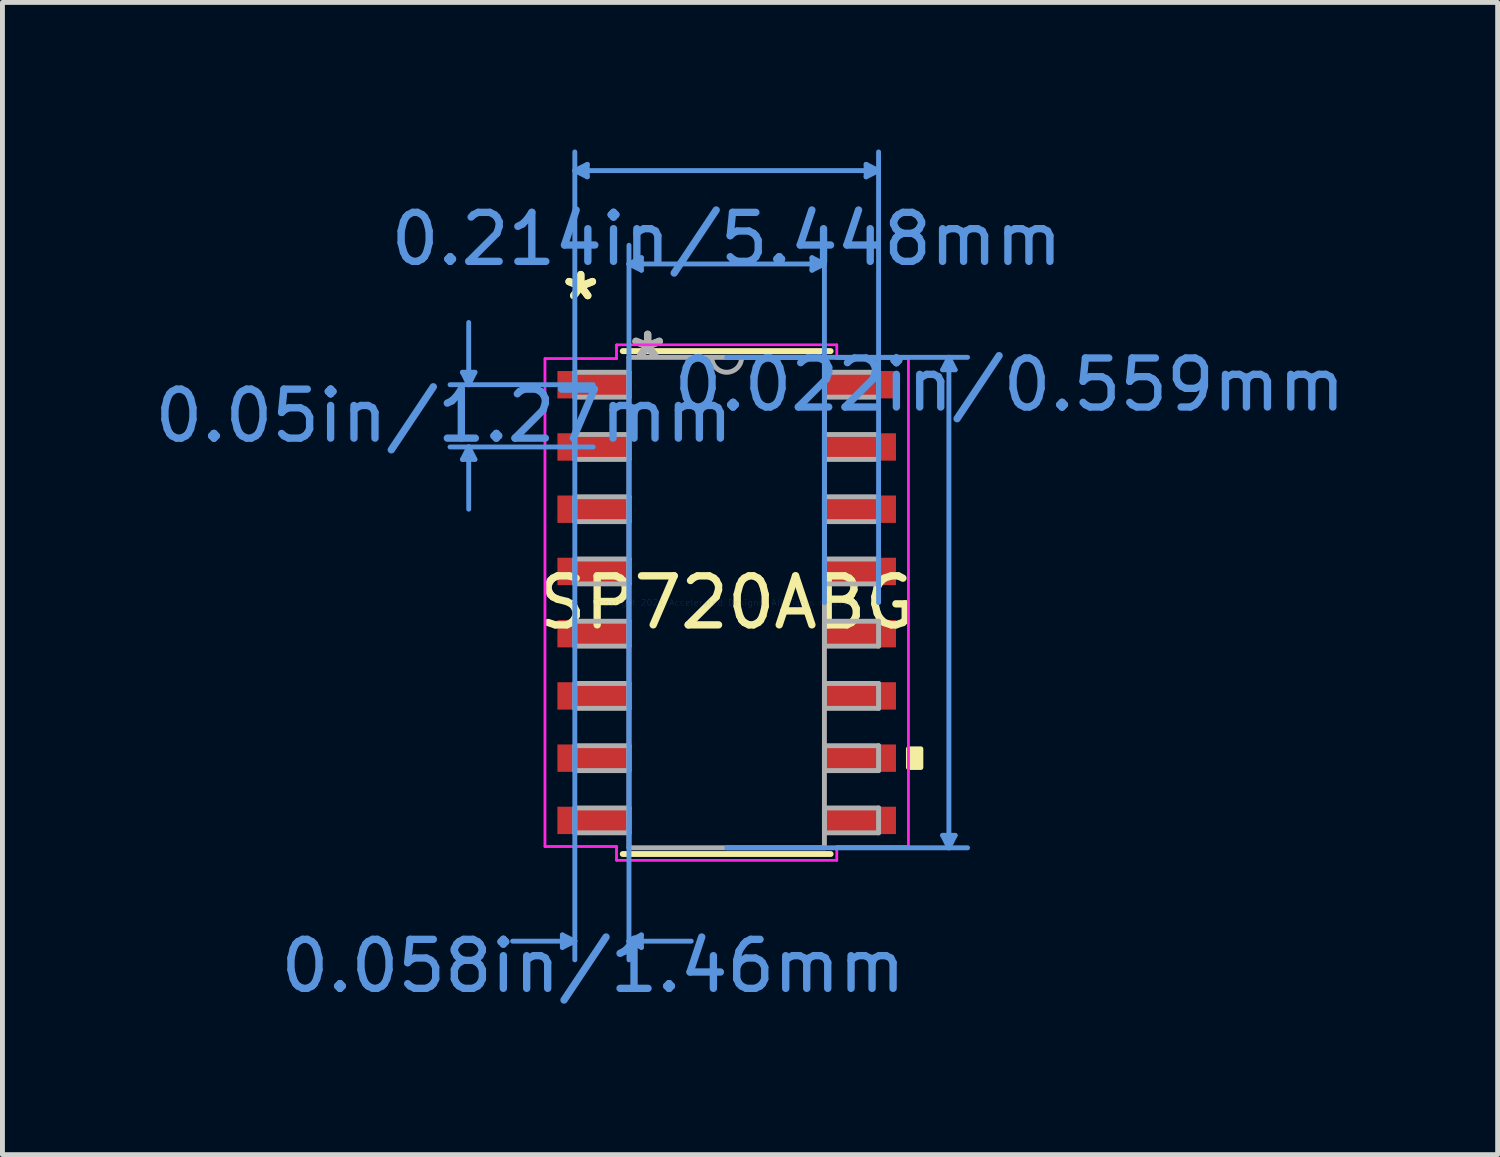
<source format=kicad_pcb>
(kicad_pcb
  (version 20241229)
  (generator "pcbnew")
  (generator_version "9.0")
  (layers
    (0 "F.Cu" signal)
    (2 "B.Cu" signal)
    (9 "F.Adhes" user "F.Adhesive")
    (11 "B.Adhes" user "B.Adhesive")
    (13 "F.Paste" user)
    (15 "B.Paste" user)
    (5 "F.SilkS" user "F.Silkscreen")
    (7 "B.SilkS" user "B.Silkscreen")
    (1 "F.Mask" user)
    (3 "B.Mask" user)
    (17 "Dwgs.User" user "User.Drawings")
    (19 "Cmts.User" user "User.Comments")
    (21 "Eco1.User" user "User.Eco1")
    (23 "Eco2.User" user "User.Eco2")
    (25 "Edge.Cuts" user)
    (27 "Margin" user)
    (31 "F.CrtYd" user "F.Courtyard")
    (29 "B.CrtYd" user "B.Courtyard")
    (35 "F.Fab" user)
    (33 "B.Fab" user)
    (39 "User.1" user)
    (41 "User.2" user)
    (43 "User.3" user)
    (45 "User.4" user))
  (footprint "SP720ABG"
    (layer "F.Cu")
    (at 11.778 9.245)
    (property "Reference" "SP720ABG" (at 0 0 0) (layer "F.SilkS") (effects (font (size 1 1) (thickness 0.15))))
    (attr through_hole)
    (fp_line (start -2.121 5.131) (end 2.121 5.131) (stroke (width 0.12) (type solid)) (layer "F.SilkS"))
    (fp_line (start 2.121 -5.131) (end -2.121 -5.131) (stroke (width 0.12) (type solid)) (layer "F.SilkS"))
    (fp_poly (pts (xy 3.962 2.985) (xy 3.962 3.365) (xy 3.708 3.365) (xy 3.708 2.985)) (stroke (width 0.1) (type solid)) (fill yes) (layer "F.SilkS"))
    (fp_line (start -5.391 -4.699) (end -5.137 -4.699) (stroke (width 0.1) (type solid)) (layer "Cmts.User"))
    (fp_line (start -5.391 -2.921) (end -5.137 -2.921) (stroke (width 0.1) (type solid)) (layer "Cmts.User"))
    (fp_line (start -5.264 -4.445) (end -5.391 -4.699) (stroke (width 0.1) (type solid)) (layer "Cmts.User"))
    (fp_line (start -5.264 -4.445) (end -5.264 -5.715) (stroke (width 0.1) (type solid)) (layer "Cmts.User"))
    (fp_line (start -5.264 -4.445) (end -5.137 -4.699) (stroke (width 0.1) (type solid)) (layer "Cmts.User"))
    (fp_line (start -5.264 -3.175) (end -5.391 -2.921) (stroke (width 0.1) (type solid)) (layer "Cmts.User"))
    (fp_line (start -5.264 -3.175) (end -5.264 -1.905) (stroke (width 0.1) (type solid)) (layer "Cmts.User"))
    (fp_line (start -5.264 -3.175) (end -5.137 -2.921) (stroke (width 0.1) (type solid)) (layer "Cmts.User"))
    (fp_line (start -3.353 6.782) (end -3.353 7.036) (stroke (width 0.1) (type solid)) (layer "Cmts.User"))
    (fp_line (start -3.099 -8.814) (end -2.845 -8.941) (stroke (width 0.1) (type solid)) (layer "Cmts.User"))
    (fp_line (start -3.099 -8.814) (end -2.845 -8.687) (stroke (width 0.1) (type solid)) (layer "Cmts.User"))
    (fp_line (start -3.099 -8.814) (end 3.099 -8.814) (stroke (width 0.1) (type solid)) (layer "Cmts.User"))
    (fp_line (start -3.099 0) (end -3.099 -9.195) (stroke (width 0.1) (type solid)) (layer "Cmts.User"))
    (fp_line (start -3.099 0) (end -3.099 7.29) (stroke (width 0.1) (type solid)) (layer "Cmts.User"))
    (fp_line (start -3.099 6.909) (end -4.369 6.909) (stroke (width 0.1) (type solid)) (layer "Cmts.User"))
    (fp_line (start -3.099 6.909) (end -3.353 6.782) (stroke (width 0.1) (type solid)) (layer "Cmts.User"))
    (fp_line (start -3.099 6.909) (end -3.353 7.036) (stroke (width 0.1) (type solid)) (layer "Cmts.User"))
    (fp_line (start -2.845 -8.941) (end -2.845 -8.687) (stroke (width 0.1) (type solid)) (layer "Cmts.User"))
    (fp_line (start -2.724 -4.445) (end -5.645 -4.445) (stroke (width 0.1) (type solid)) (layer "Cmts.User"))
    (fp_line (start -2.724 -3.175) (end -5.645 -3.175) (stroke (width 0.1) (type solid)) (layer "Cmts.User"))
    (fp_line (start -1.994 -6.909) (end -1.74 -7.036) (stroke (width 0.1) (type solid)) (layer "Cmts.User"))
    (fp_line (start -1.994 -6.909) (end -1.74 -6.782) (stroke (width 0.1) (type solid)) (layer "Cmts.User"))
    (fp_line (start -1.994 -6.909) (end 1.994 -6.909) (stroke (width 0.1) (type solid)) (layer "Cmts.User"))
    (fp_line (start -1.994 0) (end -1.994 -7.29) (stroke (width 0.1) (type solid)) (layer "Cmts.User"))
    (fp_line (start -1.994 0) (end -1.994 7.29) (stroke (width 0.1) (type solid)) (layer "Cmts.User"))
    (fp_line (start -1.994 6.909) (end -1.74 6.782) (stroke (width 0.1) (type solid)) (layer "Cmts.User"))
    (fp_line (start -1.994 6.909) (end -1.74 7.036) (stroke (width 0.1) (type solid)) (layer "Cmts.User"))
    (fp_line (start -1.994 6.909) (end -0.724 6.909) (stroke (width 0.1) (type solid)) (layer "Cmts.User"))
    (fp_line (start -1.74 -7.036) (end -1.74 -6.782) (stroke (width 0.1) (type solid)) (layer "Cmts.User"))
    (fp_line (start -1.74 6.782) (end -1.74 7.036) (stroke (width 0.1) (type solid)) (layer "Cmts.User"))
    (fp_line (start 0 -5.004) (end 4.915 -5.004) (stroke (width 0.1) (type solid)) (layer "Cmts.User"))
    (fp_line (start 0 5.004) (end 4.915 5.004) (stroke (width 0.1) (type solid)) (layer "Cmts.User"))
    (fp_line (start 1.74 -7.036) (end 1.74 -6.782) (stroke (width 0.1) (type solid)) (layer "Cmts.User"))
    (fp_line (start 1.994 -6.909) (end 1.74 -7.036) (stroke (width 0.1) (type solid)) (layer "Cmts.User"))
    (fp_line (start 1.994 -6.909) (end 1.74 -6.782) (stroke (width 0.1) (type solid)) (layer "Cmts.User"))
    (fp_line (start 1.994 0) (end 1.994 -7.29) (stroke (width 0.1) (type solid)) (layer "Cmts.User"))
    (fp_line (start 2.845 -8.941) (end 2.845 -8.687) (stroke (width 0.1) (type solid)) (layer "Cmts.User"))
    (fp_line (start 3.099 -8.814) (end 2.845 -8.941) (stroke (width 0.1) (type solid)) (layer "Cmts.User"))
    (fp_line (start 3.099 -8.814) (end 2.845 -8.687) (stroke (width 0.1) (type solid)) (layer "Cmts.User"))
    (fp_line (start 3.099 0) (end 3.099 -9.195) (stroke (width 0.1) (type solid)) (layer "Cmts.User"))
    (fp_line (start 4.407 -4.75) (end 4.661 -4.75) (stroke (width 0.1) (type solid)) (layer "Cmts.User"))
    (fp_line (start 4.407 4.75) (end 4.661 4.75) (stroke (width 0.1) (type solid)) (layer "Cmts.User"))
    (fp_line (start 4.534 -5.004) (end 4.407 -4.75) (stroke (width 0.1) (type solid)) (layer "Cmts.User"))
    (fp_line (start 4.534 -5.004) (end 4.534 5.004) (stroke (width 0.1) (type solid)) (layer "Cmts.User"))
    (fp_line (start 4.534 -5.004) (end 4.661 -4.75) (stroke (width 0.1) (type solid)) (layer "Cmts.User"))
    (fp_line (start 4.534 5.004) (end 4.407 4.75) (stroke (width 0.1) (type solid)) (layer "Cmts.User"))
    (fp_line (start 4.534 5.004) (end 4.661 4.75) (stroke (width 0.1) (type solid)) (layer "Cmts.User"))
    (fp_line (start -3.708 -4.978) (end -2.248 -4.978) (stroke (width 0.05) (type solid)) (layer "F.CrtYd"))
    (fp_line (start -3.708 -4.978) (end -2.248 -4.978) (stroke (width 0.05) (type solid)) (layer "F.CrtYd"))
    (fp_line (start -3.708 4.978) (end -3.708 -4.978) (stroke (width 0.05) (type solid)) (layer "F.CrtYd"))
    (fp_line (start -3.708 4.978) (end -3.708 -4.978) (stroke (width 0.05) (type solid)) (layer "F.CrtYd"))
    (fp_line (start -3.708 4.978) (end -2.248 4.978) (stroke (width 0.05) (type solid)) (layer "F.CrtYd"))
    (fp_line (start -2.248 -5.258) (end 2.248 -5.258) (stroke (width 0.05) (type solid)) (layer "F.CrtYd"))
    (fp_line (start -2.248 -5.258) (end 2.248 -5.258) (stroke (width 0.05) (type solid)) (layer "F.CrtYd"))
    (fp_line (start -2.248 -4.978) (end -2.248 -5.258) (stroke (width 0.05) (type solid)) (layer "F.CrtYd"))
    (fp_line (start -2.248 -4.978) (end -2.248 -5.258) (stroke (width 0.05) (type solid)) (layer "F.CrtYd"))
    (fp_line (start -2.248 4.978) (end -3.708 4.978) (stroke (width 0.05) (type solid)) (layer "F.CrtYd"))
    (fp_line (start -2.248 5.258) (end -2.248 4.978) (stroke (width 0.05) (type solid)) (layer "F.CrtYd"))
    (fp_line (start -2.248 5.258) (end -2.248 4.978) (stroke (width 0.05) (type solid)) (layer "F.CrtYd"))
    (fp_line (start 2.248 -5.258) (end 2.248 -4.978) (stroke (width 0.05) (type solid)) (layer "F.CrtYd"))
    (fp_line (start 2.248 -5.258) (end 2.248 -4.978) (stroke (width 0.05) (type solid)) (layer "F.CrtYd"))
    (fp_line (start 2.248 -4.978) (end 3.708 -4.978) (stroke (width 0.05) (type solid)) (layer "F.CrtYd"))
    (fp_line (start 2.248 4.978) (end 2.248 5.258) (stroke (width 0.05) (type solid)) (layer "F.CrtYd"))
    (fp_line (start 2.248 4.978) (end 2.248 5.258) (stroke (width 0.05) (type solid)) (layer "F.CrtYd"))
    (fp_line (start 2.248 5.258) (end -2.248 5.258) (stroke (width 0.05) (type solid)) (layer "F.CrtYd"))
    (fp_line (start 2.248 5.258) (end -2.248 5.258) (stroke (width 0.05) (type solid)) (layer "F.CrtYd"))
    (fp_line (start 3.708 -4.978) (end 2.248 -4.978) (stroke (width 0.05) (type solid)) (layer "F.CrtYd"))
    (fp_line (start 3.708 -4.978) (end 3.708 4.978) (stroke (width 0.05) (type solid)) (layer "F.CrtYd"))
    (fp_line (start 3.708 -4.978) (end 3.708 4.978) (stroke (width 0.05) (type solid)) (layer "F.CrtYd"))
    (fp_line (start 3.708 4.978) (end 2.248 4.978) (stroke (width 0.05) (type solid)) (layer "F.CrtYd"))
    (fp_line (start 3.708 4.978) (end 2.248 4.978) (stroke (width 0.05) (type solid)) (layer "F.CrtYd"))
    (fp_line (start -3.099 -4.699) (end -3.099 -4.191) (stroke (width 0.1) (type solid)) (layer "F.Fab"))
    (fp_line (start -3.099 -4.191) (end -1.994 -4.191) (stroke (width 0.1) (type solid)) (layer "F.Fab"))
    (fp_line (start -3.099 -3.429) (end -3.099 -2.921) (stroke (width 0.1) (type solid)) (layer "F.Fab"))
    (fp_line (start -3.099 -2.921) (end -1.994 -2.921) (stroke (width 0.1) (type solid)) (layer "F.Fab"))
    (fp_line (start -3.099 -2.159) (end -3.099 -1.651) (stroke (width 0.1) (type solid)) (layer "F.Fab"))
    (fp_line (start -3.099 -1.651) (end -1.994 -1.651) (stroke (width 0.1) (type solid)) (layer "F.Fab"))
    (fp_line (start -3.099 -0.889) (end -3.099 -0.381) (stroke (width 0.1) (type solid)) (layer "F.Fab"))
    (fp_line (start -3.099 -0.381) (end -1.994 -0.381) (stroke (width 0.1) (type solid)) (layer "F.Fab"))
    (fp_line (start -3.099 0.381) (end -3.099 0.889) (stroke (width 0.1) (type solid)) (layer "F.Fab"))
    (fp_line (start -3.099 0.889) (end -1.994 0.889) (stroke (width 0.1) (type solid)) (layer "F.Fab"))
    (fp_line (start -3.099 1.651) (end -3.099 2.159) (stroke (width 0.1) (type solid)) (layer "F.Fab"))
    (fp_line (start -3.099 2.159) (end -1.994 2.159) (stroke (width 0.1) (type solid)) (layer "F.Fab"))
    (fp_line (start -3.099 2.921) (end -3.099 3.429) (stroke (width 0.1) (type solid)) (layer "F.Fab"))
    (fp_line (start -3.099 3.429) (end -1.994 3.429) (stroke (width 0.1) (type solid)) (layer "F.Fab"))
    (fp_line (start -3.099 4.191) (end -3.099 4.699) (stroke (width 0.1) (type solid)) (layer "F.Fab"))
    (fp_line (start -3.099 4.699) (end -1.994 4.699) (stroke (width 0.1) (type solid)) (layer "F.Fab"))
    (fp_line (start -1.994 -5.004) (end -1.994 5.004) (stroke (width 0.1) (type solid)) (layer "F.Fab"))
    (fp_line (start -1.994 -4.699) (end -3.099 -4.699) (stroke (width 0.1) (type solid)) (layer "F.Fab"))
    (fp_line (start -1.994 -4.191) (end -1.994 -4.699) (stroke (width 0.1) (type solid)) (layer "F.Fab"))
    (fp_line (start -1.994 -3.429) (end -3.099 -3.429) (stroke (width 0.1) (type solid)) (layer "F.Fab"))
    (fp_line (start -1.994 -2.921) (end -1.994 -3.429) (stroke (width 0.1) (type solid)) (layer "F.Fab"))
    (fp_line (start -1.994 -2.159) (end -3.099 -2.159) (stroke (width 0.1) (type solid)) (layer "F.Fab"))
    (fp_line (start -1.994 -1.651) (end -1.994 -2.159) (stroke (width 0.1) (type solid)) (layer "F.Fab"))
    (fp_line (start -1.994 -0.889) (end -3.099 -0.889) (stroke (width 0.1) (type solid)) (layer "F.Fab"))
    (fp_line (start -1.994 -0.381) (end -1.994 -0.889) (stroke (width 0.1) (type solid)) (layer "F.Fab"))
    (fp_line (start -1.994 0.381) (end -3.099 0.381) (stroke (width 0.1) (type solid)) (layer "F.Fab"))
    (fp_line (start -1.994 0.889) (end -1.994 0.381) (stroke (width 0.1) (type solid)) (layer "F.Fab"))
    (fp_line (start -1.994 1.651) (end -3.099 1.651) (stroke (width 0.1) (type solid)) (layer "F.Fab"))
    (fp_line (start -1.994 2.159) (end -1.994 1.651) (stroke (width 0.1) (type solid)) (layer "F.Fab"))
    (fp_line (start -1.994 2.921) (end -3.099 2.921) (stroke (width 0.1) (type solid)) (layer "F.Fab"))
    (fp_line (start -1.994 3.429) (end -1.994 2.921) (stroke (width 0.1) (type solid)) (layer "F.Fab"))
    (fp_line (start -1.994 4.191) (end -3.099 4.191) (stroke (width 0.1) (type solid)) (layer "F.Fab"))
    (fp_line (start -1.994 4.699) (end -1.994 4.191) (stroke (width 0.1) (type solid)) (layer "F.Fab"))
    (fp_line (start -1.994 5.004) (end 1.994 5.004) (stroke (width 0.1) (type solid)) (layer "F.Fab"))
    (fp_line (start 1.994 -5.004) (end -1.994 -5.004) (stroke (width 0.1) (type solid)) (layer "F.Fab"))
    (fp_line (start 1.994 -4.699) (end 1.994 -4.191) (stroke (width 0.1) (type solid)) (layer "F.Fab"))
    (fp_line (start 1.994 -4.191) (end 3.099 -4.191) (stroke (width 0.1) (type solid)) (layer "F.Fab"))
    (fp_line (start 1.994 -3.429) (end 1.994 -2.921) (stroke (width 0.1) (type solid)) (layer "F.Fab"))
    (fp_line (start 1.994 -2.921) (end 3.099 -2.921) (stroke (width 0.1) (type solid)) (layer "F.Fab"))
    (fp_line (start 1.994 -2.159) (end 1.994 -1.651) (stroke (width 0.1) (type solid)) (layer "F.Fab"))
    (fp_line (start 1.994 -1.651) (end 3.099 -1.651) (stroke (width 0.1) (type solid)) (layer "F.Fab"))
    (fp_line (start 1.994 -0.889) (end 1.994 -0.381) (stroke (width 0.1) (type solid)) (layer "F.Fab"))
    (fp_line (start 1.994 -0.381) (end 3.099 -0.381) (stroke (width 0.1) (type solid)) (layer "F.Fab"))
    (fp_line (start 1.994 0.381) (end 1.994 0.889) (stroke (width 0.1) (type solid)) (layer "F.Fab"))
    (fp_line (start 1.994 0.889) (end 3.099 0.889) (stroke (width 0.1) (type solid)) (layer "F.Fab"))
    (fp_line (start 1.994 1.651) (end 1.994 2.159) (stroke (width 0.1) (type solid)) (layer "F.Fab"))
    (fp_line (start 1.994 2.159) (end 3.099 2.159) (stroke (width 0.1) (type solid)) (layer "F.Fab"))
    (fp_line (start 1.994 2.921) (end 1.994 3.429) (stroke (width 0.1) (type solid)) (layer "F.Fab"))
    (fp_line (start 1.994 3.429) (end 3.099 3.429) (stroke (width 0.1) (type solid)) (layer "F.Fab"))
    (fp_line (start 1.994 4.191) (end 1.994 4.699) (stroke (width 0.1) (type solid)) (layer "F.Fab"))
    (fp_line (start 1.994 4.699) (end 3.099 4.699) (stroke (width 0.1) (type solid)) (layer "F.Fab"))
    (fp_line (start 1.994 5.004) (end 1.994 -5.004) (stroke (width 0.1) (type solid)) (layer "F.Fab"))
    (fp_line (start 3.099 -4.699) (end 1.994 -4.699) (stroke (width 0.1) (type solid)) (layer "F.Fab"))
    (fp_line (start 3.099 -4.191) (end 3.099 -4.699) (stroke (width 0.1) (type solid)) (layer "F.Fab"))
    (fp_line (start 3.099 -3.429) (end 1.994 -3.429) (stroke (width 0.1) (type solid)) (layer "F.Fab"))
    (fp_line (start 3.099 -2.921) (end 3.099 -3.429) (stroke (width 0.1) (type solid)) (layer "F.Fab"))
    (fp_line (start 3.099 -2.159) (end 1.994 -2.159) (stroke (width 0.1) (type solid)) (layer "F.Fab"))
    (fp_line (start 3.099 -1.651) (end 3.099 -2.159) (stroke (width 0.1) (type solid)) (layer "F.Fab"))
    (fp_line (start 3.099 -0.889) (end 1.994 -0.889) (stroke (width 0.1) (type solid)) (layer "F.Fab"))
    (fp_line (start 3.099 -0.381) (end 3.099 -0.889) (stroke (width 0.1) (type solid)) (layer "F.Fab"))
    (fp_line (start 3.099 0.381) (end 1.994 0.381) (stroke (width 0.1) (type solid)) (layer "F.Fab"))
    (fp_line (start 3.099 0.889) (end 3.099 0.381) (stroke (width 0.1) (type solid)) (layer "F.Fab"))
    (fp_line (start 3.099 1.651) (end 1.994 1.651) (stroke (width 0.1) (type solid)) (layer "F.Fab"))
    (fp_line (start 3.099 2.159) (end 3.099 1.651) (stroke (width 0.1) (type solid)) (layer "F.Fab"))
    (fp_line (start 3.099 2.921) (end 1.994 2.921) (stroke (width 0.1) (type solid)) (layer "F.Fab"))
    (fp_line (start 3.099 3.429) (end 3.099 2.921) (stroke (width 0.1) (type solid)) (layer "F.Fab"))
    (fp_line (start 3.099 4.191) (end 1.994 4.191) (stroke (width 0.1) (type solid)) (layer "F.Fab"))
    (fp_line (start 3.099 4.699) (end 3.099 4.191) (stroke (width 0.1) (type solid)) (layer "F.Fab"))
    (fp_arc (start 0.3048 -5.0038) (mid 0 -4.699) (end -0.3048 -5.0038) (stroke (width 0.1) (type solid)) (layer "F.Fab"))
    (fp_text user "*" (at -2.978 -6.147 0) (layer "F.SilkS") (effects (font (size 1 1) (thickness 0.15))))
    (fp_text user "*" (at -2.978 -6.147 0) (layer "F.SilkS") (effects (font (size 1 1) (thickness 0.15))))
    (fp_text user "0.05in/1.27mm" (at -5.772 -3.81 0) (layer "Cmts.User") (effects (font (size 1 1) (thickness 0.15))))
    (fp_text user "0.214in/5.448mm" (at 0 -7.417 0) (layer "Cmts.User") (effects (font (size 1 1) (thickness 0.15))))
    (fp_text user "0.022in/0.559mm" (at 5.772 -4.445 0) (layer "Cmts.User") (effects (font (size 1 1) (thickness 0.15))))
    (fp_text user "0.058in/1.46mm" (at -2.724 7.417 0) (layer "Cmts.User") (effects (font (size 1 1) (thickness 0.15))))
    (fp_text user "Copyright 2021 Accelerated Designs. All rights reserved." (at 0 0 0) (layer "Cmts.User") (effects (font (size 0.127 0.127) (thickness 0.002))))
    (fp_text user "*" (at -1.613 -4.928 0) (layer "F.Fab") (effects (font (size 1 1) (thickness 0.15))))
    (fp_text user "*" (at -1.613 -4.928 0) (layer "F.Fab") (effects (font (size 1 1) (thickness 0.15))))
    (pad "1" smd rect (at -2.724 -4.445) (size 1.46 0.559) (layers "F.Cu" "F.Mask" "F.Paste"))
    (pad "2" smd rect (at -2.724 -3.175) (size 1.46 0.559) (layers "F.Cu" "F.Mask" "F.Paste"))
    (pad "3" smd rect (at -2.724 -1.905) (size 1.46 0.559) (layers "F.Cu" "F.Mask" "F.Paste"))
    (pad "4" smd rect (at -2.724 -0.635) (size 1.46 0.559) (layers "F.Cu" "F.Mask" "F.Paste"))
    (pad "5" smd rect (at -2.724 0.635) (size 1.46 0.559) (layers "F.Cu" "F.Mask" "F.Paste"))
    (pad "6" smd rect (at -2.724 1.905) (size 1.46 0.559) (layers "F.Cu" "F.Mask" "F.Paste"))
    (pad "7" smd rect (at -2.724 3.175) (size 1.46 0.559) (layers "F.Cu" "F.Mask" "F.Paste"))
    (pad "8" smd rect (at -2.724 4.445) (size 1.46 0.559) (layers "F.Cu" "F.Mask" "F.Paste"))
    (pad "9" smd rect (at 2.724 4.445) (size 1.46 0.559) (layers "F.Cu" "F.Mask" "F.Paste"))
    (pad "10" smd rect (at 2.724 3.175) (size 1.46 0.559) (layers "F.Cu" "F.Mask" "F.Paste"))
    (pad "11" smd rect (at 2.724 1.905) (size 1.46 0.559) (layers "F.Cu" "F.Mask" "F.Paste"))
    (pad "12" smd rect (at 2.724 0.635) (size 1.46 0.559) (layers "F.Cu" "F.Mask" "F.Paste"))
    (pad "13" smd rect (at 2.724 -0.635) (size 1.46 0.559) (layers "F.Cu" "F.Mask" "F.Paste"))
    (pad "14" smd rect (at 2.724 -1.905) (size 1.46 0.559) (layers "F.Cu" "F.Mask" "F.Paste"))
    (pad "15" smd rect (at 2.724 -3.175) (size 1.46 0.559) (layers "F.Cu" "F.Mask" "F.Paste"))
    (pad "16" smd rect (at 2.724 -4.445) (size 1.46 0.559) (layers "F.Cu" "F.Mask" "F.Paste")))
  (gr_rect
    (start -3 -3)
    (end 27.509 20.51)
    (stroke (width 0.1) (type default))
    (fill no)
    (layer "Edge.Cuts")))
</source>
